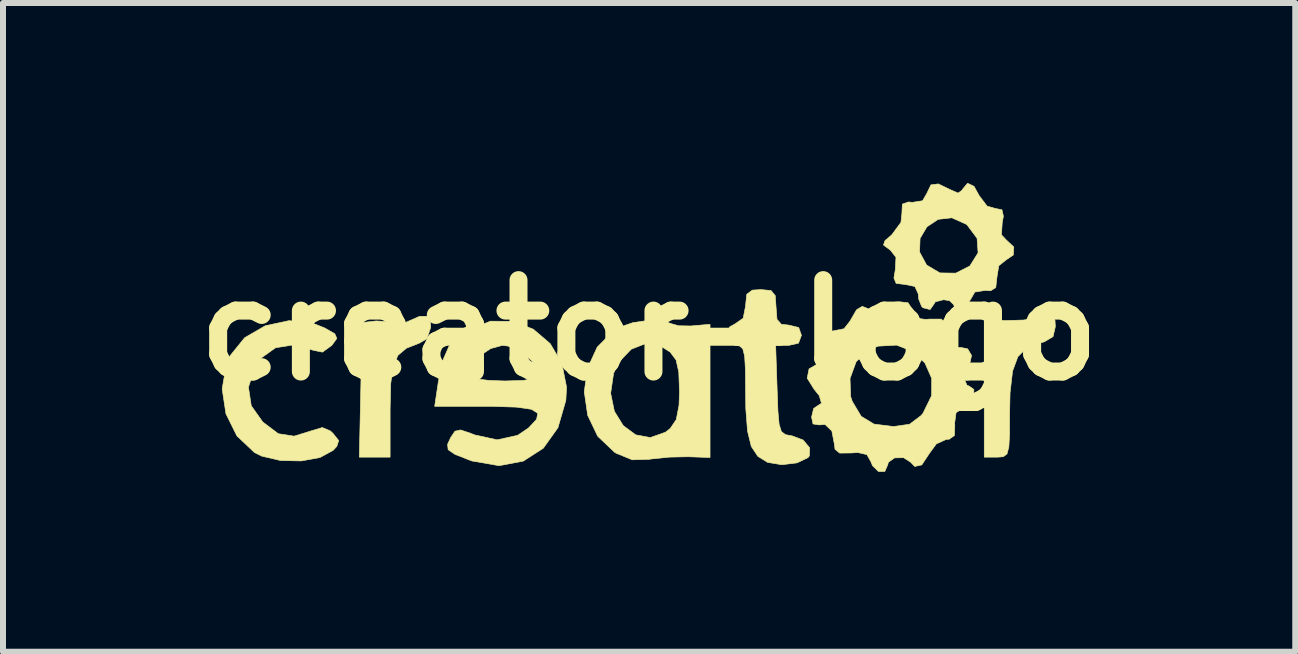
<source format=kicad_pcb>
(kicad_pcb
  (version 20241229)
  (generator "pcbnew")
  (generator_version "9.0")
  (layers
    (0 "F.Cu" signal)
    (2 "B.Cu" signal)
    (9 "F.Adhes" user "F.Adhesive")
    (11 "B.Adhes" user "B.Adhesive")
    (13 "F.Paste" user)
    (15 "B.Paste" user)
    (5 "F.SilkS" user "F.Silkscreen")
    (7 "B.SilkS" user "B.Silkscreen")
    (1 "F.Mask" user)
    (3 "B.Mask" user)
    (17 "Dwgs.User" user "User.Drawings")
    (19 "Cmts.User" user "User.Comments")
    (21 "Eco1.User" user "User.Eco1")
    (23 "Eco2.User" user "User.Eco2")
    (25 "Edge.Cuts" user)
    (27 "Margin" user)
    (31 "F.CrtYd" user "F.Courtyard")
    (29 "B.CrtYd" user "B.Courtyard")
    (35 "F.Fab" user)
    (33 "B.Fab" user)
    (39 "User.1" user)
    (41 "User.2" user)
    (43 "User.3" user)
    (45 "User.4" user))
  (footprint "creator-logo"
    (layer "F.Cu")
    (at 7.772 2.455)
    (property "Reference" "creator-logo" (at 0 0 0) (layer "F.SilkS") (effects (font (size 1.524 1.524) (thickness 0.3))))
    (attr through_hole)
    (fp_poly (pts (xy -3.644 -0.121) (xy -3.641 -0.048) (xy -3.705 0.143) (xy -3.831 0.216) (xy -4.045 0.3) (xy -4.186 0.418) (xy -4.269 0.605) (xy -4.308 0.892) (xy -4.318 1.314) (xy -4.318 1.325) (xy -4.318 2.117) (xy -4.831 2.117) (xy -4.807 0.995) (xy -4.784 -0.127) (xy -4.551 -0.154) (xy -4.383 -0.145) (xy -4.318 -0.088) (xy -4.254 -0.054) (xy -4.076 -0.121) (xy -4.068 -0.125) (xy -3.827 -0.231) (xy -3.695 -0.232) (xy -3.644 -0.121)) (stroke (width 0.01) (type solid)) (fill yes) (layer "F.SilkS"))
    (fp_poly (pts (xy 6.767 -0.17) (xy 6.773 -0.059) (xy 6.735 0.107) (xy 6.589 0.194) (xy 6.519 0.212) (xy 6.298 0.293) (xy 6.149 0.441) (xy 6.06 0.682) (xy 6.018 1.044) (xy 6.011 1.374) (xy 6.01 1.729) (xy 5.998 1.948) (xy 5.967 2.063) (xy 5.907 2.109) (xy 5.81 2.117) (xy 5.8 2.117) (xy 5.588 2.117) (xy 5.588 -0.171) (xy 5.948 -0.161) (xy 6.238 -0.169) (xy 6.499 -0.203) (xy 6.54 -0.212) (xy 6.707 -0.239) (xy 6.767 -0.17)) (stroke (width 0.01) (type solid)) (fill yes) (layer "F.SilkS"))
    (fp_poly (pts (xy -5.601 -0.114) (xy -5.407 -0.036) (xy -5.24 0.06) (xy -5.206 0.137) (xy -5.285 0.247) (xy -5.295 0.257) (xy -5.446 0.366) (xy -5.593 0.336) (xy -5.917 0.243) (xy -6.228 0.293) (xy -6.48 0.473) (xy -6.565 0.599) (xy -6.68 0.95) (xy -6.633 1.26) (xy -6.441 1.531) (xy -6.182 1.726) (xy -5.919 1.767) (xy -5.631 1.678) (xy -5.448 1.623) (xy -5.315 1.679) (xy -5.27 1.721) (xy -5.175 1.84) (xy -5.207 1.938) (xy -5.269 2.004) (xy -5.487 2.123) (xy -5.8 2.18) (xy -6.145 2.173) (xy -6.457 2.1) (xy -6.579 2.04) (xy -6.872 1.763) (xy -7.055 1.394) (xy -7.118 0.98) (xy -7.048 0.568) (xy -6.987 0.427) (xy -6.742 0.125) (xy -6.399 -0.074) (xy -6.003 -0.159) (xy -5.601 -0.114)) (stroke (width 0.01) (type solid)) (fill yes) (layer "F.SilkS"))
    (fp_poly (pts (xy 0.236 -0.159) (xy 0.371 -0.108) (xy 0.49 -0.074) (xy 0.698 -0.07) (xy 0.724 -0.073) (xy 1.016 -0.098) (xy 1.016 2.123) (xy 0.656 2.11) (xy 0.343 2.116) (xy 0.04 2.147) (xy 0 2.153) (xy -0.282 2.161) (xy -0.551 2.05) (xy -0.577 2.034) (xy -0.857 1.768) (xy -1.024 1.419) (xy -1.077 1.052) (xy -0.641 1.052) (xy -0.579 1.352) (xy -0.431 1.591) (xy -0.223 1.745) (xy 0.021 1.79) (xy 0.273 1.701) (xy 0.353 1.638) (xy 0.453 1.49) (xy 0.499 1.253) (xy 0.507 1.024) (xy 0.495 0.7) (xy 0.45 0.497) (xy 0.351 0.365) (xy 0.191 0.264) (xy -0.052 0.221) (xy -0.297 0.317) (xy -0.5 0.527) (xy -0.592 0.718) (xy -0.641 1.052) (xy -1.077 1.052) (xy -1.081 1.028) (xy -1.027 0.636) (xy -0.865 0.283) (xy -0.597 0.011) (xy -0.5 -0.047) (xy -0.269 -0.126) (xy -0.001 -0.165) (xy 0.236 -0.159)) (stroke (width 0.01) (type solid)) (fill yes) (layer "F.SilkS"))
    (fp_poly (pts (xy 2.033 -0.661) (xy 2.103 -0.577) (xy 2.117 -0.381) (xy 2.132 -0.181) (xy 2.204 -0.099) (xy 2.328 -0.085) (xy 2.494 -0.045) (xy 2.54 0.085) (xy 2.491 0.217) (xy 2.325 0.254) (xy 2.11 0.254) (xy 2.135 0.995) (xy 2.148 1.35) (xy 2.168 1.57) (xy 2.205 1.689) (xy 2.271 1.741) (xy 2.376 1.761) (xy 2.385 1.762) (xy 2.569 1.832) (xy 2.677 1.961) (xy 2.672 2.096) (xy 2.649 2.125) (xy 2.467 2.212) (xy 2.213 2.243) (xy 1.981 2.205) (xy 1.974 2.203) (xy 1.812 2.102) (xy 1.704 1.938) (xy 1.641 1.682) (xy 1.612 1.304) (xy 1.609 1.022) (xy 1.606 0.658) (xy 1.593 0.432) (xy 1.562 0.31) (xy 1.507 0.262) (xy 1.439 0.254) (xy 1.297 0.193) (xy 1.27 0.095) (xy 1.342 -0.054) (xy 1.439 -0.109) (xy 1.569 -0.2) (xy 1.609 -0.406) (xy 1.609 -0.415) (xy 1.628 -0.599) (xy 1.721 -0.668) (xy 1.863 -0.677) (xy 2.033 -0.661)) (stroke (width 0.01) (type solid)) (fill yes) (layer "F.SilkS"))
    (fp_poly (pts (xy -2.271 -0.147) (xy -1.93 -0.016) (xy -1.649 0.224) (xy -1.455 0.552) (xy -1.376 0.951) (xy -1.388 1.171) (xy -1.52 1.626) (xy -1.764 1.968) (xy -2.098 2.183) (xy -2.501 2.259) (xy -2.951 2.181) (xy -2.991 2.167) (xy -3.237 2.07) (xy -3.35 1.993) (xy -3.36 1.903) (xy -3.308 1.79) (xy -3.237 1.684) (xy -3.144 1.663) (xy -2.97 1.721) (xy -2.908 1.746) (xy -2.532 1.828) (xy -2.192 1.753) (xy -2.011 1.631) (xy -1.876 1.487) (xy -1.856 1.385) (xy -1.962 1.319) (xy -2.208 1.283) (xy -2.606 1.27) (xy -2.719 1.27) (xy -3.575 1.27) (xy -3.515 0.868) (xy -3.488 0.734) (xy -3.013 0.734) (xy -3 0.772) (xy -2.897 0.81) (xy -2.675 0.837) (xy -2.408 0.847) (xy -2.101 0.838) (xy -1.931 0.807) (xy -1.866 0.747) (xy -1.863 0.72) (xy -1.937 0.53) (xy -2.12 0.363) (xy -2.355 0.264) (xy -2.449 0.254) (xy -2.64 0.306) (xy -2.828 0.431) (xy -2.967 0.589) (xy -3.013 0.734) (xy -3.488 0.734) (xy -3.443 0.512) (xy -3.338 0.272) (xy -3.168 0.095) (xy -3.021 -0.004) (xy -2.644 -0.15) (xy -2.271 -0.147)) (stroke (width 0.01) (type solid)) (fill yes) (layer "F.SilkS"))
    (fp_poly (pts (xy 5.417 -2.399) (xy 5.503 -2.244) (xy 5.635 -2.069) (xy 5.762 -2.032) (xy 5.883 -2.007) (xy 5.907 -1.901) (xy 5.887 -1.789) (xy 5.875 -1.59) (xy 5.963 -1.496) (xy 5.965 -1.495) (xy 6.08 -1.388) (xy 6.073 -1.254) (xy 5.948 -1.169) (xy 5.83 -1.074) (xy 5.8 -0.887) (xy 5.78 -0.711) (xy 5.694 -0.657) (xy 5.603 -0.663) (xy 5.431 -0.636) (xy 5.36 -0.514) (xy 5.283 -0.39) (xy 5.172 -0.336) (xy 5.09 -0.373) (xy 5.08 -0.423) (xy 5.009 -0.492) (xy 4.911 -0.508) (xy 4.773 -0.473) (xy 4.741 -0.423) (xy 4.685 -0.344) (xy 4.569 -0.373) (xy 4.544 -0.395) (xy 4.495 -0.52) (xy 4.487 -0.607) (xy 4.431 -0.729) (xy 4.269 -0.762) (xy 4.119 -0.78) (xy 4.082 -0.87) (xy 4.105 -1.009) (xy 4.116 -1.215) (xy 4.047 -1.304) (xy 4.509 -1.304) (xy 4.627 -1.086) (xy 4.848 -0.955) (xy 5.113 -0.951) (xy 5.348 -1.071) (xy 5.485 -1.29) (xy 5.468 -1.532) (xy 5.302 -1.755) (xy 5.286 -1.767) (xy 5.047 -1.874) (xy 4.819 -1.848) (xy 4.632 -1.723) (xy 4.518 -1.53) (xy 4.509 -1.304) (xy 4.047 -1.304) (xy 4.02 -1.337) (xy 4.006 -1.347) (xy 3.908 -1.42) (xy 3.933 -1.493) (xy 4.045 -1.589) (xy 4.199 -1.797) (xy 4.215 -1.949) (xy 4.222 -2.102) (xy 4.325 -2.138) (xy 4.388 -2.131) (xy 4.56 -2.158) (xy 4.63 -2.28) (xy 4.699 -2.423) (xy 4.822 -2.439) (xy 5.008 -2.349) (xy 5.151 -2.286) (xy 5.218 -2.333) (xy 5.225 -2.349) (xy 5.31 -2.45) (xy 5.417 -2.399)) (stroke (width 0.01) (type solid)) (fill yes) (layer "F.SilkS"))
    (fp_poly (pts (xy 4.316 -0.458) (xy 4.399 -0.334) (xy 4.403 -0.294) (xy 4.448 -0.201) (xy 4.609 -0.18) (xy 4.678 -0.185) (xy 4.87 -0.185) (xy 4.945 -0.119) (xy 4.953 -0.042) (xy 4.995 0.178) (xy 5.103 0.291) (xy 5.199 0.288) (xy 5.311 0.311) (xy 5.376 0.421) (xy 5.352 0.535) (xy 5.33 0.553) (xy 5.264 0.66) (xy 5.254 0.81) (xy 5.299 0.918) (xy 5.334 0.931) (xy 5.415 0.988) (xy 5.411 1.113) (xy 5.337 1.239) (xy 5.245 1.296) (xy 5.118 1.375) (xy 5.094 1.551) (xy 5.097 1.581) (xy 5.091 1.756) (xy 5.003 1.818) (xy 4.954 1.82) (xy 4.789 1.896) (xy 4.674 2.053) (xy 4.546 2.246) (xy 4.429 2.272) (xy 4.36 2.201) (xy 4.243 2.126) (xy 4.092 2.129) (xy 3.989 2.202) (xy 3.979 2.244) (xy 3.93 2.355) (xy 3.824 2.356) (xy 3.724 2.258) (xy 3.699 2.195) (xy 3.631 2.074) (xy 3.481 2.04) (xy 3.372 2.047) (xy 3.177 2.049) (xy 3.1 1.986) (xy 3.09 1.905) (xy 3.047 1.681) (xy 2.935 1.573) (xy 2.834 1.579) (xy 2.733 1.563) (xy 2.709 1.448) (xy 2.743 1.306) (xy 2.794 1.27) (xy 2.874 1.218) (xy 2.837 1.091) (xy 2.752 0.986) (xy 2.639 0.805) (xy 3.35 0.805) (xy 3.36 1.105) (xy 3.387 1.187) (xy 3.536 1.436) (xy 3.75 1.566) (xy 4.075 1.606) (xy 4.079 1.606) (xy 4.343 1.568) (xy 4.534 1.424) (xy 4.566 1.386) (xy 4.71 1.093) (xy 4.712 0.804) (xy 4.599 0.548) (xy 4.395 0.353) (xy 4.127 0.249) (xy 3.819 0.266) (xy 3.647 0.335) (xy 3.452 0.526) (xy 3.35 0.805) (xy 2.639 0.805) (xy 2.636 0.8) (xy 2.667 0.645) (xy 2.802 0.566) (xy 2.92 0.507) (xy 2.943 0.382) (xy 2.921 0.253) (xy 2.893 0.072) (xy 2.939 0.009) (xy 3.057 0.014) (xy 3.25 -0.024) (xy 3.349 -0.15) (xy 3.458 -0.339) (xy 3.553 -0.397) (xy 3.685 -0.346) (xy 3.722 -0.323) (xy 3.874 -0.258) (xy 3.979 -0.316) (xy 4.023 -0.37) (xy 4.169 -0.474) (xy 4.316 -0.458)) (stroke (width 0.01) (type solid)) (fill yes) (layer "F.SilkS")))
  (gr_rect
    (start -3 -3)
    (end 18.545 7.816)
    (stroke (width 0.1) (type default))
    (fill no)
    (layer "Edge.Cuts")))
</source>
